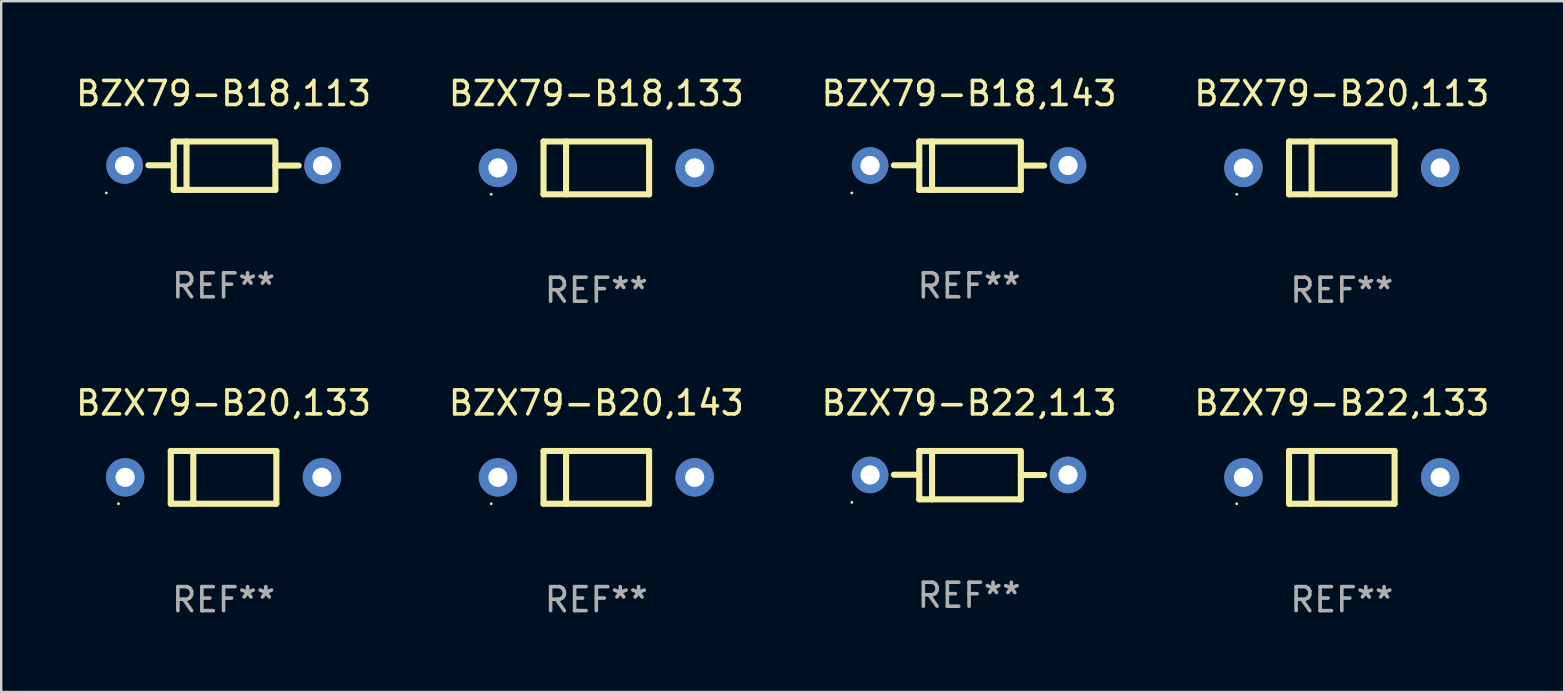
<source format=kicad_pcb>
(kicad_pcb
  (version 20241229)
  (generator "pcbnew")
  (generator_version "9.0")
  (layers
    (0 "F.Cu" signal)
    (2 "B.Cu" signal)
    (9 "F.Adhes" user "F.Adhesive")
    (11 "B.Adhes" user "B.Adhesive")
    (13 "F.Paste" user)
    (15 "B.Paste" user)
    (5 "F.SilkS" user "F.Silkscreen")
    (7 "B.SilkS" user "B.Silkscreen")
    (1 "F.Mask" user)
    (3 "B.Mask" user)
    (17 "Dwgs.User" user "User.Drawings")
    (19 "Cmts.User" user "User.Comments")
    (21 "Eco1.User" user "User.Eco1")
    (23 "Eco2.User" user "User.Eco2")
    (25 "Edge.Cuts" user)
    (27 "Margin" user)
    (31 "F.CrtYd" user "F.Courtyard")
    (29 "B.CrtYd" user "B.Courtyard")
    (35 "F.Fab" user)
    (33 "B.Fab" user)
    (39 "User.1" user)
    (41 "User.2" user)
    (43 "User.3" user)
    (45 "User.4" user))
  (footprint "BZX79-B20,133"
    (layer "F.Cu")
    (at 6.268 16.845)
    (property "Reference" "BZX79-B20,133" (at 0 -3.1 0) (layer "F.SilkS") (effects (font (size 1 1) (thickness 0.15))))
    (attr through_hole)
    (fp_line (start -2.2 -1.1) (end -2.2 1.1) (stroke (width 0.254) (type solid)) (layer "F.SilkS"))
    (fp_line (start -2.2 -1.1) (end 2.2 -1.1) (stroke (width 0.254) (type solid)) (layer "F.SilkS"))
    (fp_line (start -2.2 1.1) (end 2.2 1.1) (stroke (width 0.254) (type solid)) (layer "F.SilkS"))
    (fp_line (start -1.261 -1.1) (end -1.261 1.1) (stroke (width 0.254) (type solid)) (layer "F.SilkS"))
    (fp_line (start 2.2 -1.1) (end 2.2 1.1) (stroke (width 0.254) (type solid)) (layer "F.SilkS"))
    (fp_circle (center -4.38 1.1) (end -4.35 1.1) (stroke (width 0.06) (type solid)) (fill no) (layer "F.SilkS"))
    (fp_text user "REF**" (at 0 5.1 0) (layer "F.Fab") (effects (font (size 1 1) (thickness 0.15))))
    (pad "1" thru_hole circle (at -4.1 0) (size 1.6 1.6) (drill 0.8) (layers "*.Cu" "*.Mask"))
    (pad "2" thru_hole circle (at 4.1 0) (size 1.6 1.6) (drill 0.8) (layers "*.Cu" "*.Mask")))
  (footprint "BZX79-B18,133"
    (layer "F.Cu")
    (at 21.804 3.948)
    (property "Reference" "BZX79-B18,133" (at 0 -3.1 0) (layer "F.SilkS") (effects (font (size 1 1) (thickness 0.15))))
    (attr through_hole)
    (fp_line (start -2.2 -1.1) (end -2.2 1.1) (stroke (width 0.254) (type solid)) (layer "F.SilkS"))
    (fp_line (start -2.2 -1.1) (end 2.2 -1.1) (stroke (width 0.254) (type solid)) (layer "F.SilkS"))
    (fp_line (start -2.2 1.1) (end 2.2 1.1) (stroke (width 0.254) (type solid)) (layer "F.SilkS"))
    (fp_line (start -1.261 -1.1) (end -1.261 1.1) (stroke (width 0.254) (type solid)) (layer "F.SilkS"))
    (fp_line (start 2.2 -1.1) (end 2.2 1.1) (stroke (width 0.254) (type solid)) (layer "F.SilkS"))
    (fp_circle (center -4.38 1.1) (end -4.35 1.1) (stroke (width 0.06) (type solid)) (fill no) (layer "F.SilkS"))
    (fp_text user "REF**" (at 0 5.1 0) (layer "F.Fab") (effects (font (size 1 1) (thickness 0.15))))
    (pad "1" thru_hole circle (at -4.1 0) (size 1.6 1.6) (drill 0.8) (layers "*.Cu" "*.Mask"))
    (pad "2" thru_hole circle (at 4.1 0) (size 1.6 1.6) (drill 0.8) (layers "*.Cu" "*.Mask")))
  (footprint "BZX79-B22,133"
    (layer "F.Cu")
    (at 52.875 16.845)
    (property "Reference" "BZX79-B22,133" (at 0 -3.1 0) (layer "F.SilkS") (effects (font (size 1 1) (thickness 0.15))))
    (attr through_hole)
    (fp_line (start -2.2 -1.1) (end -2.2 1.1) (stroke (width 0.254) (type solid)) (layer "F.SilkS"))
    (fp_line (start -2.2 -1.1) (end 2.2 -1.1) (stroke (width 0.254) (type solid)) (layer "F.SilkS"))
    (fp_line (start -2.2 1.1) (end 2.2 1.1) (stroke (width 0.254) (type solid)) (layer "F.SilkS"))
    (fp_line (start -1.261 -1.1) (end -1.261 1.1) (stroke (width 0.254) (type solid)) (layer "F.SilkS"))
    (fp_line (start 2.2 -1.1) (end 2.2 1.1) (stroke (width 0.254) (type solid)) (layer "F.SilkS"))
    (fp_circle (center -4.38 1.1) (end -4.35 1.1) (stroke (width 0.06) (type solid)) (fill no) (layer "F.SilkS"))
    (fp_text user "REF**" (at 0 5.1 0) (layer "F.Fab") (effects (font (size 1 1) (thickness 0.15))))
    (pad "1" thru_hole circle (at -4.1 0) (size 1.6 1.6) (drill 0.8) (layers "*.Cu" "*.Mask"))
    (pad "2" thru_hole circle (at 4.1 0) (size 1.6 1.6) (drill 0.8) (layers "*.Cu" "*.Mask")))
  (footprint "BZX79-B20,113"
    (layer "F.Cu")
    (at 52.875 3.948)
    (property "Reference" "BZX79-B20,113" (at 0 -3.1 0) (layer "F.SilkS") (effects (font (size 1 1) (thickness 0.15))))
    (attr through_hole)
    (fp_line (start -2.2 -1.1) (end -2.2 1.1) (stroke (width 0.254) (type solid)) (layer "F.SilkS"))
    (fp_line (start -2.2 -1.1) (end 2.2 -1.1) (stroke (width 0.254) (type solid)) (layer "F.SilkS"))
    (fp_line (start -2.2 1.1) (end 2.2 1.1) (stroke (width 0.254) (type solid)) (layer "F.SilkS"))
    (fp_line (start -1.261 -1.1) (end -1.261 1.1) (stroke (width 0.254) (type solid)) (layer "F.SilkS"))
    (fp_line (start 2.2 -1.1) (end 2.2 1.1) (stroke (width 0.254) (type solid)) (layer "F.SilkS"))
    (fp_circle (center -4.38 1.1) (end -4.35 1.1) (stroke (width 0.06) (type solid)) (fill no) (layer "F.SilkS"))
    (fp_text user "REF**" (at 0 5.1 0) (layer "F.Fab") (effects (font (size 1 1) (thickness 0.15))))
    (pad "1" thru_hole circle (at -4.1 0) (size 1.6 1.6) (drill 0.8) (layers "*.Cu" "*.Mask"))
    (pad "2" thru_hole circle (at 4.1 0) (size 1.6 1.6) (drill 0.8) (layers "*.Cu" "*.Mask")))
  (footprint "BZX79-B18,143"
    (layer "F.Cu")
    (at 37.339 3.856)
    (property "Reference" "BZX79-B18,143" (at 0 -3.008 0) (layer "F.SilkS") (effects (font (size 1 1) (thickness 0.15))))
    (attr through_hole)
    (fp_line (start -2.075 -1.008) (end -2.075 1.008) (stroke (width 0.254) (type solid)) (layer "F.SilkS"))
    (fp_line (start -2.075 -0.017) (end -3.132 -0.017) (stroke (width 0.254) (type solid)) (layer "F.SilkS"))
    (fp_line (start -2.075 1.008) (end 2.159 1.008) (stroke (width 0.254) (type solid)) (layer "F.SilkS"))
    (fp_line (start -1.543 -1.008) (end -1.543 1.008) (stroke (width 0.254) (type solid)) (layer "F.SilkS"))
    (fp_line (start 2.075 -1.008) (end -2.075 -1.008) (stroke (width 0.254) (type solid)) (layer "F.SilkS"))
    (fp_line (start 2.159 -0.005) (end 3.132 -0.005) (stroke (width 0.254) (type solid)) (layer "F.SilkS"))
    (fp_line (start 2.159 1.008) (end 2.159 -1.008) (stroke (width 0.254) (type solid)) (layer "F.SilkS"))
    (fp_circle (center -4.887 1.135) (end -4.857 1.135) (stroke (width 0.06) (type solid)) (fill no) (layer "F.SilkS"))
    (fp_text user "REF**" (at 0 5.008 0) (layer "F.Fab") (effects (font (size 1 1) (thickness 0.15))))
    (pad "1" thru_hole circle (at -4.125 -0.008) (size 1.524 1.524) (drill 0.8) (layers "*.Cu" "*.Mask"))
    (pad "2" thru_hole circle (at 4.125 -0.008) (size 1.524 1.524) (drill 0.8) (layers "*.Cu" "*.Mask")))
  (footprint "BZX79-B20,143"
    (layer "F.Cu")
    (at 21.804 16.845)
    (property "Reference" "BZX79-B20,143" (at 0 -3.1 0) (layer "F.SilkS") (effects (font (size 1 1) (thickness 0.15))))
    (attr through_hole)
    (fp_line (start -2.2 -1.1) (end -2.2 1.1) (stroke (width 0.254) (type solid)) (layer "F.SilkS"))
    (fp_line (start -2.2 -1.1) (end 2.2 -1.1) (stroke (width 0.254) (type solid)) (layer "F.SilkS"))
    (fp_line (start -2.2 1.1) (end 2.2 1.1) (stroke (width 0.254) (type solid)) (layer "F.SilkS"))
    (fp_line (start -1.261 -1.1) (end -1.261 1.1) (stroke (width 0.254) (type solid)) (layer "F.SilkS"))
    (fp_line (start 2.2 -1.1) (end 2.2 1.1) (stroke (width 0.254) (type solid)) (layer "F.SilkS"))
    (fp_circle (center -4.38 1.1) (end -4.35 1.1) (stroke (width 0.06) (type solid)) (fill no) (layer "F.SilkS"))
    (fp_text user "REF**" (at 0 5.1 0) (layer "F.Fab") (effects (font (size 1 1) (thickness 0.15))))
    (pad "1" thru_hole circle (at -4.1 0) (size 1.6 1.6) (drill 0.8) (layers "*.Cu" "*.Mask"))
    (pad "2" thru_hole circle (at 4.1 0) (size 1.6 1.6) (drill 0.8) (layers "*.Cu" "*.Mask")))
  (footprint "BZX79-B22,113"
    (layer "F.Cu")
    (at 37.339 16.753)
    (property "Reference" "BZX79-B22,113" (at 0 -3.008 0) (layer "F.SilkS") (effects (font (size 1 1) (thickness 0.15))))
    (attr through_hole)
    (fp_line (start -2.075 -1.008) (end -2.075 1.008) (stroke (width 0.254) (type solid)) (layer "F.SilkS"))
    (fp_line (start -2.075 -0.017) (end -3.132 -0.017) (stroke (width 0.254) (type solid)) (layer "F.SilkS"))
    (fp_line (start -2.075 1.008) (end 2.159 1.008) (stroke (width 0.254) (type solid)) (layer "F.SilkS"))
    (fp_line (start -1.543 -1.008) (end -1.543 1.008) (stroke (width 0.254) (type solid)) (layer "F.SilkS"))
    (fp_line (start 2.075 -1.008) (end -2.075 -1.008) (stroke (width 0.254) (type solid)) (layer "F.SilkS"))
    (fp_line (start 2.159 -0.005) (end 3.132 -0.005) (stroke (width 0.254) (type solid)) (layer "F.SilkS"))
    (fp_line (start 2.159 1.008) (end 2.159 -1.008) (stroke (width 0.254) (type solid)) (layer "F.SilkS"))
    (fp_circle (center -4.887 1.135) (end -4.857 1.135) (stroke (width 0.06) (type solid)) (fill no) (layer "F.SilkS"))
    (fp_text user "REF**" (at 0 5.008 0) (layer "F.Fab") (effects (font (size 1 1) (thickness 0.15))))
    (pad "1" thru_hole circle (at -4.125 -0.008) (size 1.524 1.524) (drill 0.8) (layers "*.Cu" "*.Mask"))
    (pad "2" thru_hole circle (at 4.125 -0.008) (size 1.524 1.524) (drill 0.8) (layers "*.Cu" "*.Mask")))
  (footprint "BZX79-B18,113"
    (layer "F.Cu")
    (at 6.268 3.856)
    (property "Reference" "BZX79-B18,113" (at 0 -3.008 0) (layer "F.SilkS") (effects (font (size 1 1) (thickness 0.15))))
    (attr through_hole)
    (fp_line (start -2.075 -1.008) (end -2.075 1.008) (stroke (width 0.254) (type solid)) (layer "F.SilkS"))
    (fp_line (start -2.075 -0.017) (end -3.132 -0.017) (stroke (width 0.254) (type solid)) (layer "F.SilkS"))
    (fp_line (start -2.075 1.008) (end 2.159 1.008) (stroke (width 0.254) (type solid)) (layer "F.SilkS"))
    (fp_line (start -1.543 -1.008) (end -1.543 1.008) (stroke (width 0.254) (type solid)) (layer "F.SilkS"))
    (fp_line (start 2.075 -1.008) (end -2.075 -1.008) (stroke (width 0.254) (type solid)) (layer "F.SilkS"))
    (fp_line (start 2.159 -0.005) (end 3.132 -0.005) (stroke (width 0.254) (type solid)) (layer "F.SilkS"))
    (fp_line (start 2.159 1.008) (end 2.159 -1.008) (stroke (width 0.254) (type solid)) (layer "F.SilkS"))
    (fp_circle (center -4.887 1.135) (end -4.857 1.135) (stroke (width 0.06) (type solid)) (fill no) (layer "F.SilkS"))
    (fp_text user "REF**" (at 0 5.008 0) (layer "F.Fab") (effects (font (size 1 1) (thickness 0.15))))
    (pad "1" thru_hole circle (at -4.125 -0.008) (size 1.524 1.524) (drill 0.8) (layers "*.Cu" "*.Mask"))
    (pad "2" thru_hole circle (at 4.125 -0.008) (size 1.524 1.524) (drill 0.8) (layers "*.Cu" "*.Mask")))
  (gr_rect
    (start -3 -3)
    (end 62.143 25.793)
    (stroke (width 0.1) (type default))
    (fill no)
    (layer "Edge.Cuts")))
</source>
